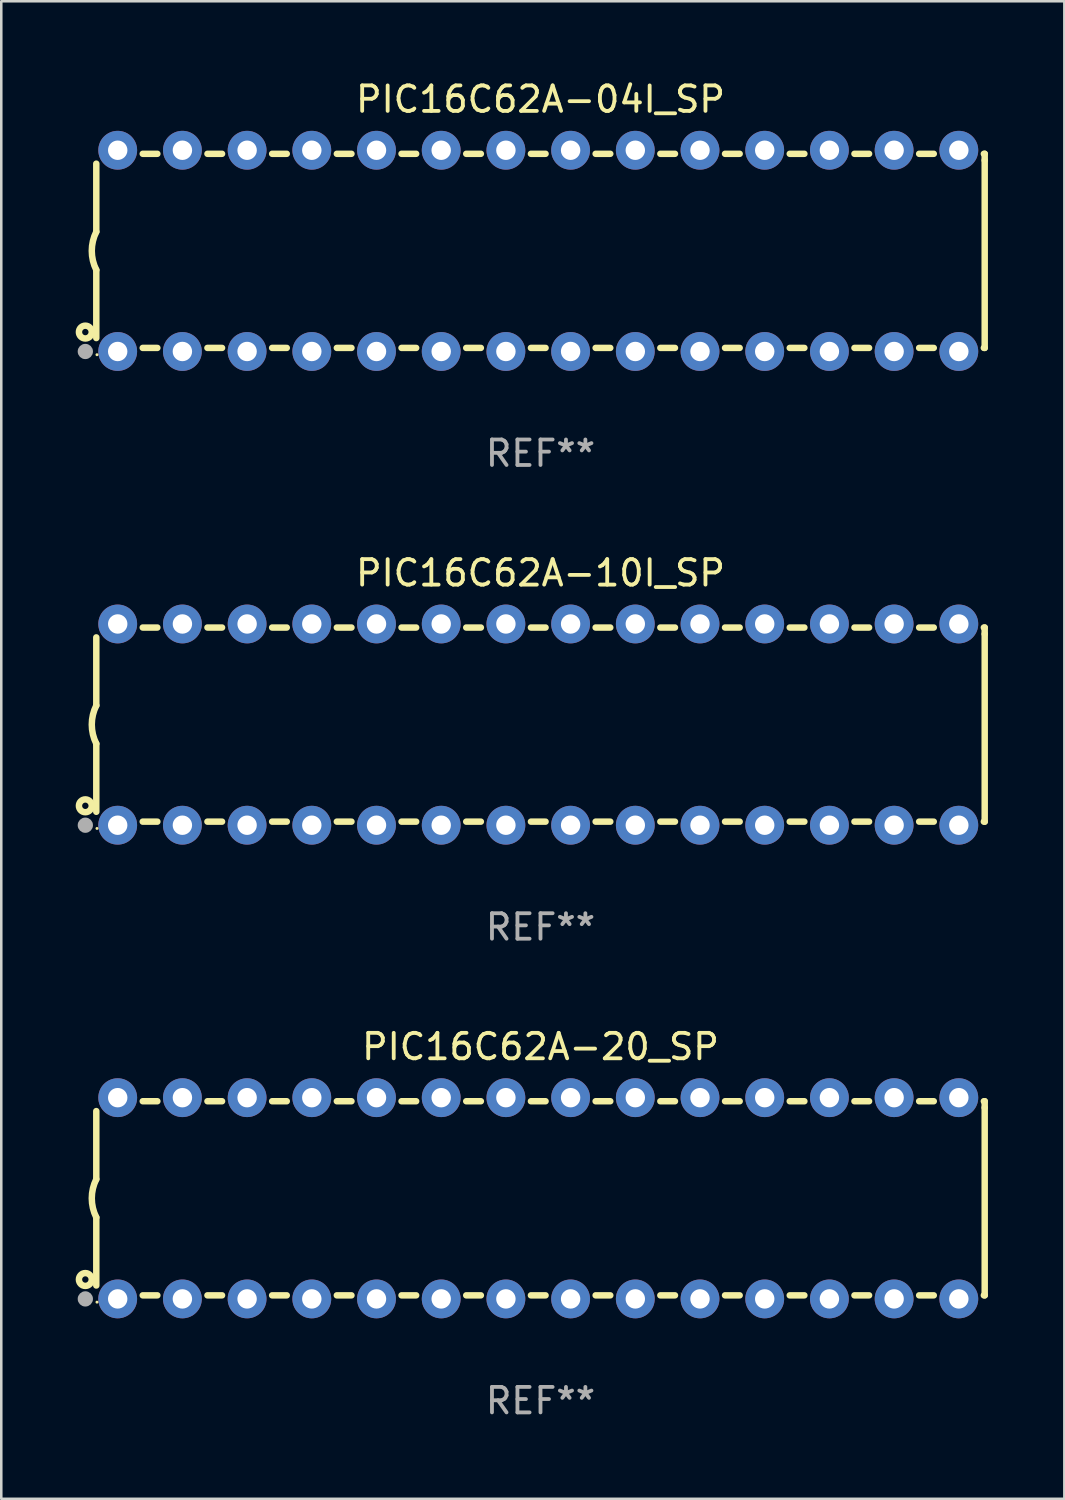
<source format=kicad_pcb>
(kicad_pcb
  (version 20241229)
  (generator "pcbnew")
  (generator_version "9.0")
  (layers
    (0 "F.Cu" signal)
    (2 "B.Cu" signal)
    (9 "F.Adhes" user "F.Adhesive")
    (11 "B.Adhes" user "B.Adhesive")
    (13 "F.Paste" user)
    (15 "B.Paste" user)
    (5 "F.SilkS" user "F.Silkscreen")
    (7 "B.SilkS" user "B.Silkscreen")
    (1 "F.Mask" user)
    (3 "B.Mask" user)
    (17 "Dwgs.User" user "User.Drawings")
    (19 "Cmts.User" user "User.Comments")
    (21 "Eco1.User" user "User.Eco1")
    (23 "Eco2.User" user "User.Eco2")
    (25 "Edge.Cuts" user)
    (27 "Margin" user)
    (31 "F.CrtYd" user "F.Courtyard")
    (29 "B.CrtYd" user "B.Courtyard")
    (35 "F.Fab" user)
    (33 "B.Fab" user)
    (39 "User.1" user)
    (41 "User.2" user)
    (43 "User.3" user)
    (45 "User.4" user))
  (footprint "PIC16C62A-10I_SP"
    (layer "F.Cu")
    (at 18.168 25.395)
    (property "Reference" "PIC16C62A-10I_SP" (at 0 -5.95 0) (layer "F.SilkS") (effects (font (size 1 1) (thickness 0.15))))
    (attr through_hole)
    (fp_line (start -17.438 0.75) (end -17.438 3.423) (stroke (width 0.254) (type solid)) (layer "F.SilkS"))
    (fp_line (start -17.438 -3.423) (end -17.438 -0.75) (stroke (width 0.254) (type solid)) (layer "F.SilkS"))
    (fp_line (start -15.615 3.81) (end -15.041 3.81) (stroke (width 0.254) (type solid)) (layer "F.SilkS"))
    (fp_line (start -15.041 -3.81) (end -15.614 -3.81) (stroke (width 0.254) (type solid)) (layer "F.SilkS"))
    (fp_line (start -13.075 3.81) (end -12.501 3.81) (stroke (width 0.254) (type solid)) (layer "F.SilkS"))
    (fp_line (start -12.501 -3.81) (end -13.074 -3.81) (stroke (width 0.254) (type solid)) (layer "F.SilkS"))
    (fp_line (start -10.535 3.81) (end -9.961 3.81) (stroke (width 0.254) (type solid)) (layer "F.SilkS"))
    (fp_line (start -9.961 -3.81) (end -10.534 -3.81) (stroke (width 0.254) (type solid)) (layer "F.SilkS"))
    (fp_line (start -7.995 3.81) (end -7.421 3.81) (stroke (width 0.254) (type solid)) (layer "F.SilkS"))
    (fp_line (start -7.421 -3.81) (end -7.995 -3.81) (stroke (width 0.254) (type solid)) (layer "F.SilkS"))
    (fp_line (start -5.455 3.81) (end -4.881 3.81) (stroke (width 0.254) (type solid)) (layer "F.SilkS"))
    (fp_line (start -4.881 -3.81) (end -5.455 -3.81) (stroke (width 0.254) (type solid)) (layer "F.SilkS"))
    (fp_line (start -2.915 3.81) (end -2.341 3.81) (stroke (width 0.254) (type solid)) (layer "F.SilkS"))
    (fp_line (start -2.341 -3.81) (end -2.915 -3.81) (stroke (width 0.254) (type solid)) (layer "F.SilkS"))
    (fp_line (start -0.375 3.81) (end 0.199 3.81) (stroke (width 0.254) (type solid)) (layer "F.SilkS"))
    (fp_line (start 0.199 -3.81) (end -0.375 -3.81) (stroke (width 0.254) (type solid)) (layer "F.SilkS"))
    (fp_line (start 2.165 3.81) (end 2.739 3.81) (stroke (width 0.254) (type solid)) (layer "F.SilkS"))
    (fp_line (start 2.739 -3.81) (end 2.165 -3.81) (stroke (width 0.254) (type solid)) (layer "F.SilkS"))
    (fp_line (start 4.705 3.81) (end 5.279 3.81) (stroke (width 0.254) (type solid)) (layer "F.SilkS"))
    (fp_line (start 5.279 -3.81) (end 4.705 -3.81) (stroke (width 0.254) (type solid)) (layer "F.SilkS"))
    (fp_line (start 7.245 3.81) (end 7.819 3.81) (stroke (width 0.254) (type solid)) (layer "F.SilkS"))
    (fp_line (start 7.819 -3.81) (end 7.245 -3.81) (stroke (width 0.254) (type solid)) (layer "F.SilkS"))
    (fp_line (start 9.785 3.81) (end 10.359 3.81) (stroke (width 0.254) (type solid)) (layer "F.SilkS"))
    (fp_line (start 10.359 -3.81) (end 9.785 -3.81) (stroke (width 0.254) (type solid)) (layer "F.SilkS"))
    (fp_line (start 12.325 3.81) (end 12.899 3.81) (stroke (width 0.254) (type solid)) (layer "F.SilkS"))
    (fp_line (start 12.899 -3.81) (end 12.325 -3.81) (stroke (width 0.254) (type solid)) (layer "F.SilkS"))
    (fp_line (start 14.865 3.81) (end 15.439 3.81) (stroke (width 0.254) (type solid)) (layer "F.SilkS"))
    (fp_line (start 15.439 -3.81) (end 14.865 -3.81) (stroke (width 0.254) (type solid)) (layer "F.SilkS"))
    (fp_line (start 17.405 3.81) (end 17.438 3.81) (stroke (width 0.254) (type solid)) (layer "F.SilkS"))
    (fp_line (start 17.438 -3.81) (end 17.405 -3.81) (stroke (width 0.254) (type solid)) (layer "F.SilkS"))
    (fp_line (start 17.438 -3.556) (end 17.438 -3.81) (stroke (width 0.254) (type solid)) (layer "F.SilkS"))
    (fp_line (start 17.438 3.81) (end 17.438 -3.556) (stroke (width 0.254) (type solid)) (layer "F.SilkS"))
    (fp_arc (start -17.437986 0.749657) (mid -17.614887 -0.000024) (end -17.437783 -0.749657) (stroke (width 0.254001) (type solid)) (layer "F.SilkS"))
    (fp_circle (center -17.868 3.188) (end -17.743 3.188) (stroke (width 0.254) (type solid)) (fill no) (layer "F.SilkS"))
    (fp_circle (center -17.411 4.077) (end -17.381 4.077) (stroke (width 0.06) (type solid)) (fill no) (layer "F.SilkS"))
    (fp_circle (center -17.868 3.95) (end -17.718 3.95) (stroke (width 0.3) (type solid)) (fill no) (layer "F.Fab"))
    (fp_text user "REF**" (at 0 7.95 0) (layer "F.Fab") (effects (font (size 1 1) (thickness 0.15))))
    (pad "1" thru_hole circle (at -16.598 3.95) (size 1.524 1.524) (drill 0.762) (layers "*.Cu" "*.Mask"))
    (pad "2" thru_hole circle (at -14.058 3.95) (size 1.524 1.524) (drill 0.762) (layers "*.Cu" "*.Mask"))
    (pad "3" thru_hole circle (at -11.518 3.95) (size 1.524 1.524) (drill 0.762) (layers "*.Cu" "*.Mask"))
    (pad "4" thru_hole circle (at -8.978 3.95) (size 1.524 1.524) (drill 0.762) (layers "*.Cu" "*.Mask"))
    (pad "5" thru_hole circle (at -6.438 3.95) (size 1.524 1.524) (drill 0.762) (layers "*.Cu" "*.Mask"))
    (pad "6" thru_hole circle (at -3.898 3.95) (size 1.524 1.524) (drill 0.762) (layers "*.Cu" "*.Mask"))
    (pad "7" thru_hole circle (at -1.358 3.95) (size 1.524 1.524) (drill 0.762) (layers "*.Cu" "*.Mask"))
    (pad "8" thru_hole circle (at 1.182 3.95) (size 1.524 1.524) (drill 0.762) (layers "*.Cu" "*.Mask"))
    (pad "9" thru_hole circle (at 3.722 3.95) (size 1.524 1.524) (drill 0.762) (layers "*.Cu" "*.Mask"))
    (pad "10" thru_hole circle (at 6.262 3.95) (size 1.524 1.524) (drill 0.762) (layers "*.Cu" "*.Mask"))
    (pad "11" thru_hole circle (at 8.802 3.95) (size 1.524 1.524) (drill 0.762) (layers "*.Cu" "*.Mask"))
    (pad "12" thru_hole circle (at 11.342 3.95) (size 1.524 1.524) (drill 0.762) (layers "*.Cu" "*.Mask"))
    (pad "13" thru_hole circle (at 13.882 3.95) (size 1.524 1.524) (drill 0.762) (layers "*.Cu" "*.Mask"))
    (pad "14" thru_hole circle (at 16.422 3.95) (size 1.524 1.524) (drill 0.762) (layers "*.Cu" "*.Mask"))
    (pad "15" thru_hole circle (at 16.422 -3.95) (size 1.524 1.524) (drill 0.762) (layers "*.Cu" "*.Mask"))
    (pad "16" thru_hole circle (at 13.882 -3.95) (size 1.524 1.524) (drill 0.762) (layers "*.Cu" "*.Mask"))
    (pad "17" thru_hole circle (at 11.342 -3.95) (size 1.524 1.524) (drill 0.762) (layers "*.Cu" "*.Mask"))
    (pad "18" thru_hole circle (at 8.802 -3.95) (size 1.524 1.524) (drill 0.762) (layers "*.Cu" "*.Mask"))
    (pad "19" thru_hole circle (at 6.262 -3.95) (size 1.524 1.524) (drill 0.762) (layers "*.Cu" "*.Mask"))
    (pad "20" thru_hole circle (at 3.722 -3.95) (size 1.524 1.524) (drill 0.762) (layers "*.Cu" "*.Mask"))
    (pad "21" thru_hole circle (at 1.182 -3.95) (size 1.524 1.524) (drill 0.762) (layers "*.Cu" "*.Mask"))
    (pad "22" thru_hole circle (at -1.358 -3.95) (size 1.524 1.524) (drill 0.762) (layers "*.Cu" "*.Mask"))
    (pad "23" thru_hole circle (at -3.898 -3.95) (size 1.524 1.524) (drill 0.762) (layers "*.Cu" "*.Mask"))
    (pad "24" thru_hole circle (at -6.438 -3.95) (size 1.524 1.524) (drill 0.762) (layers "*.Cu" "*.Mask"))
    (pad "25" thru_hole circle (at -8.978 -3.95) (size 1.524 1.524) (drill 0.762) (layers "*.Cu" "*.Mask"))
    (pad "26" thru_hole circle (at -11.517 -3.95) (size 1.524 1.524) (drill 0.762) (layers "*.Cu" "*.Mask"))
    (pad "27" thru_hole circle (at -14.057 -3.95) (size 1.524 1.524) (drill 0.762) (layers "*.Cu" "*.Mask"))
    (pad "28" thru_hole circle (at -16.597 -3.95) (size 1.524 1.524) (drill 0.762) (layers "*.Cu" "*.Mask")))
  (footprint "PIC16C62A-20_SP"
    (layer "F.Cu")
    (at 18.168 43.991)
    (property "Reference" "PIC16C62A-20_SP" (at 0 -5.95 0) (layer "F.SilkS") (effects (font (size 1 1) (thickness 0.15))))
    (attr through_hole)
    (fp_line (start -17.438 0.75) (end -17.438 3.423) (stroke (width 0.254) (type solid)) (layer "F.SilkS"))
    (fp_line (start -17.438 -3.423) (end -17.438 -0.75) (stroke (width 0.254) (type solid)) (layer "F.SilkS"))
    (fp_line (start -15.615 3.81) (end -15.041 3.81) (stroke (width 0.254) (type solid)) (layer "F.SilkS"))
    (fp_line (start -15.041 -3.81) (end -15.614 -3.81) (stroke (width 0.254) (type solid)) (layer "F.SilkS"))
    (fp_line (start -13.075 3.81) (end -12.501 3.81) (stroke (width 0.254) (type solid)) (layer "F.SilkS"))
    (fp_line (start -12.501 -3.81) (end -13.074 -3.81) (stroke (width 0.254) (type solid)) (layer "F.SilkS"))
    (fp_line (start -10.535 3.81) (end -9.961 3.81) (stroke (width 0.254) (type solid)) (layer "F.SilkS"))
    (fp_line (start -9.961 -3.81) (end -10.534 -3.81) (stroke (width 0.254) (type solid)) (layer "F.SilkS"))
    (fp_line (start -7.995 3.81) (end -7.421 3.81) (stroke (width 0.254) (type solid)) (layer "F.SilkS"))
    (fp_line (start -7.421 -3.81) (end -7.995 -3.81) (stroke (width 0.254) (type solid)) (layer "F.SilkS"))
    (fp_line (start -5.455 3.81) (end -4.881 3.81) (stroke (width 0.254) (type solid)) (layer "F.SilkS"))
    (fp_line (start -4.881 -3.81) (end -5.455 -3.81) (stroke (width 0.254) (type solid)) (layer "F.SilkS"))
    (fp_line (start -2.915 3.81) (end -2.341 3.81) (stroke (width 0.254) (type solid)) (layer "F.SilkS"))
    (fp_line (start -2.341 -3.81) (end -2.915 -3.81) (stroke (width 0.254) (type solid)) (layer "F.SilkS"))
    (fp_line (start -0.375 3.81) (end 0.199 3.81) (stroke (width 0.254) (type solid)) (layer "F.SilkS"))
    (fp_line (start 0.199 -3.81) (end -0.375 -3.81) (stroke (width 0.254) (type solid)) (layer "F.SilkS"))
    (fp_line (start 2.165 3.81) (end 2.739 3.81) (stroke (width 0.254) (type solid)) (layer "F.SilkS"))
    (fp_line (start 2.739 -3.81) (end 2.165 -3.81) (stroke (width 0.254) (type solid)) (layer "F.SilkS"))
    (fp_line (start 4.705 3.81) (end 5.279 3.81) (stroke (width 0.254) (type solid)) (layer "F.SilkS"))
    (fp_line (start 5.279 -3.81) (end 4.705 -3.81) (stroke (width 0.254) (type solid)) (layer "F.SilkS"))
    (fp_line (start 7.245 3.81) (end 7.819 3.81) (stroke (width 0.254) (type solid)) (layer "F.SilkS"))
    (fp_line (start 7.819 -3.81) (end 7.245 -3.81) (stroke (width 0.254) (type solid)) (layer "F.SilkS"))
    (fp_line (start 9.785 3.81) (end 10.359 3.81) (stroke (width 0.254) (type solid)) (layer "F.SilkS"))
    (fp_line (start 10.359 -3.81) (end 9.785 -3.81) (stroke (width 0.254) (type solid)) (layer "F.SilkS"))
    (fp_line (start 12.325 3.81) (end 12.899 3.81) (stroke (width 0.254) (type solid)) (layer "F.SilkS"))
    (fp_line (start 12.899 -3.81) (end 12.325 -3.81) (stroke (width 0.254) (type solid)) (layer "F.SilkS"))
    (fp_line (start 14.865 3.81) (end 15.439 3.81) (stroke (width 0.254) (type solid)) (layer "F.SilkS"))
    (fp_line (start 15.439 -3.81) (end 14.865 -3.81) (stroke (width 0.254) (type solid)) (layer "F.SilkS"))
    (fp_line (start 17.405 3.81) (end 17.438 3.81) (stroke (width 0.254) (type solid)) (layer "F.SilkS"))
    (fp_line (start 17.438 -3.81) (end 17.405 -3.81) (stroke (width 0.254) (type solid)) (layer "F.SilkS"))
    (fp_line (start 17.438 -3.556) (end 17.438 -3.81) (stroke (width 0.254) (type solid)) (layer "F.SilkS"))
    (fp_line (start 17.438 3.81) (end 17.438 -3.556) (stroke (width 0.254) (type solid)) (layer "F.SilkS"))
    (fp_arc (start -17.437986 0.749657) (mid -17.614887 -0.000024) (end -17.437783 -0.749657) (stroke (width 0.254001) (type solid)) (layer "F.SilkS"))
    (fp_circle (center -17.868 3.188) (end -17.743 3.188) (stroke (width 0.254) (type solid)) (fill no) (layer "F.SilkS"))
    (fp_circle (center -17.411 4.077) (end -17.381 4.077) (stroke (width 0.06) (type solid)) (fill no) (layer "F.SilkS"))
    (fp_circle (center -17.868 3.95) (end -17.718 3.95) (stroke (width 0.3) (type solid)) (fill no) (layer "F.Fab"))
    (fp_text user "REF**" (at 0 7.95 0) (layer "F.Fab") (effects (font (size 1 1) (thickness 0.15))))
    (pad "1" thru_hole circle (at -16.598 3.95) (size 1.524 1.524) (drill 0.762) (layers "*.Cu" "*.Mask"))
    (pad "2" thru_hole circle (at -14.058 3.95) (size 1.524 1.524) (drill 0.762) (layers "*.Cu" "*.Mask"))
    (pad "3" thru_hole circle (at -11.518 3.95) (size 1.524 1.524) (drill 0.762) (layers "*.Cu" "*.Mask"))
    (pad "4" thru_hole circle (at -8.978 3.95) (size 1.524 1.524) (drill 0.762) (layers "*.Cu" "*.Mask"))
    (pad "5" thru_hole circle (at -6.438 3.95) (size 1.524 1.524) (drill 0.762) (layers "*.Cu" "*.Mask"))
    (pad "6" thru_hole circle (at -3.898 3.95) (size 1.524 1.524) (drill 0.762) (layers "*.Cu" "*.Mask"))
    (pad "7" thru_hole circle (at -1.358 3.95) (size 1.524 1.524) (drill 0.762) (layers "*.Cu" "*.Mask"))
    (pad "8" thru_hole circle (at 1.182 3.95) (size 1.524 1.524) (drill 0.762) (layers "*.Cu" "*.Mask"))
    (pad "9" thru_hole circle (at 3.722 3.95) (size 1.524 1.524) (drill 0.762) (layers "*.Cu" "*.Mask"))
    (pad "10" thru_hole circle (at 6.262 3.95) (size 1.524 1.524) (drill 0.762) (layers "*.Cu" "*.Mask"))
    (pad "11" thru_hole circle (at 8.802 3.95) (size 1.524 1.524) (drill 0.762) (layers "*.Cu" "*.Mask"))
    (pad "12" thru_hole circle (at 11.342 3.95) (size 1.524 1.524) (drill 0.762) (layers "*.Cu" "*.Mask"))
    (pad "13" thru_hole circle (at 13.882 3.95) (size 1.524 1.524) (drill 0.762) (layers "*.Cu" "*.Mask"))
    (pad "14" thru_hole circle (at 16.422 3.95) (size 1.524 1.524) (drill 0.762) (layers "*.Cu" "*.Mask"))
    (pad "15" thru_hole circle (at 16.422 -3.95) (size 1.524 1.524) (drill 0.762) (layers "*.Cu" "*.Mask"))
    (pad "16" thru_hole circle (at 13.882 -3.95) (size 1.524 1.524) (drill 0.762) (layers "*.Cu" "*.Mask"))
    (pad "17" thru_hole circle (at 11.342 -3.95) (size 1.524 1.524) (drill 0.762) (layers "*.Cu" "*.Mask"))
    (pad "18" thru_hole circle (at 8.802 -3.95) (size 1.524 1.524) (drill 0.762) (layers "*.Cu" "*.Mask"))
    (pad "19" thru_hole circle (at 6.262 -3.95) (size 1.524 1.524) (drill 0.762) (layers "*.Cu" "*.Mask"))
    (pad "20" thru_hole circle (at 3.722 -3.95) (size 1.524 1.524) (drill 0.762) (layers "*.Cu" "*.Mask"))
    (pad "21" thru_hole circle (at 1.182 -3.95) (size 1.524 1.524) (drill 0.762) (layers "*.Cu" "*.Mask"))
    (pad "22" thru_hole circle (at -1.358 -3.95) (size 1.524 1.524) (drill 0.762) (layers "*.Cu" "*.Mask"))
    (pad "23" thru_hole circle (at -3.898 -3.95) (size 1.524 1.524) (drill 0.762) (layers "*.Cu" "*.Mask"))
    (pad "24" thru_hole circle (at -6.438 -3.95) (size 1.524 1.524) (drill 0.762) (layers "*.Cu" "*.Mask"))
    (pad "25" thru_hole circle (at -8.978 -3.95) (size 1.524 1.524) (drill 0.762) (layers "*.Cu" "*.Mask"))
    (pad "26" thru_hole circle (at -11.517 -3.95) (size 1.524 1.524) (drill 0.762) (layers "*.Cu" "*.Mask"))
    (pad "27" thru_hole circle (at -14.057 -3.95) (size 1.524 1.524) (drill 0.762) (layers "*.Cu" "*.Mask"))
    (pad "28" thru_hole circle (at -16.597 -3.95) (size 1.524 1.524) (drill 0.762) (layers "*.Cu" "*.Mask")))
  (footprint "PIC16C62A-04I_SP"
    (layer "F.Cu")
    (at 18.168 6.798)
    (property "Reference" "PIC16C62A-04I_SP" (at 0 -5.95 0) (layer "F.SilkS") (effects (font (size 1 1) (thickness 0.15))))
    (attr through_hole)
    (fp_line (start -17.438 0.75) (end -17.438 3.423) (stroke (width 0.254) (type solid)) (layer "F.SilkS"))
    (fp_line (start -17.438 -3.423) (end -17.438 -0.75) (stroke (width 0.254) (type solid)) (layer "F.SilkS"))
    (fp_line (start -15.615 3.81) (end -15.041 3.81) (stroke (width 0.254) (type solid)) (layer "F.SilkS"))
    (fp_line (start -15.041 -3.81) (end -15.614 -3.81) (stroke (width 0.254) (type solid)) (layer "F.SilkS"))
    (fp_line (start -13.075 3.81) (end -12.501 3.81) (stroke (width 0.254) (type solid)) (layer "F.SilkS"))
    (fp_line (start -12.501 -3.81) (end -13.074 -3.81) (stroke (width 0.254) (type solid)) (layer "F.SilkS"))
    (fp_line (start -10.535 3.81) (end -9.961 3.81) (stroke (width 0.254) (type solid)) (layer "F.SilkS"))
    (fp_line (start -9.961 -3.81) (end -10.534 -3.81) (stroke (width 0.254) (type solid)) (layer "F.SilkS"))
    (fp_line (start -7.995 3.81) (end -7.421 3.81) (stroke (width 0.254) (type solid)) (layer "F.SilkS"))
    (fp_line (start -7.421 -3.81) (end -7.995 -3.81) (stroke (width 0.254) (type solid)) (layer "F.SilkS"))
    (fp_line (start -5.455 3.81) (end -4.881 3.81) (stroke (width 0.254) (type solid)) (layer "F.SilkS"))
    (fp_line (start -4.881 -3.81) (end -5.455 -3.81) (stroke (width 0.254) (type solid)) (layer "F.SilkS"))
    (fp_line (start -2.915 3.81) (end -2.341 3.81) (stroke (width 0.254) (type solid)) (layer "F.SilkS"))
    (fp_line (start -2.341 -3.81) (end -2.915 -3.81) (stroke (width 0.254) (type solid)) (layer "F.SilkS"))
    (fp_line (start -0.375 3.81) (end 0.199 3.81) (stroke (width 0.254) (type solid)) (layer "F.SilkS"))
    (fp_line (start 0.199 -3.81) (end -0.375 -3.81) (stroke (width 0.254) (type solid)) (layer "F.SilkS"))
    (fp_line (start 2.165 3.81) (end 2.739 3.81) (stroke (width 0.254) (type solid)) (layer "F.SilkS"))
    (fp_line (start 2.739 -3.81) (end 2.165 -3.81) (stroke (width 0.254) (type solid)) (layer "F.SilkS"))
    (fp_line (start 4.705 3.81) (end 5.279 3.81) (stroke (width 0.254) (type solid)) (layer "F.SilkS"))
    (fp_line (start 5.279 -3.81) (end 4.705 -3.81) (stroke (width 0.254) (type solid)) (layer "F.SilkS"))
    (fp_line (start 7.245 3.81) (end 7.819 3.81) (stroke (width 0.254) (type solid)) (layer "F.SilkS"))
    (fp_line (start 7.819 -3.81) (end 7.245 -3.81) (stroke (width 0.254) (type solid)) (layer "F.SilkS"))
    (fp_line (start 9.785 3.81) (end 10.359 3.81) (stroke (width 0.254) (type solid)) (layer "F.SilkS"))
    (fp_line (start 10.359 -3.81) (end 9.785 -3.81) (stroke (width 0.254) (type solid)) (layer "F.SilkS"))
    (fp_line (start 12.325 3.81) (end 12.899 3.81) (stroke (width 0.254) (type solid)) (layer "F.SilkS"))
    (fp_line (start 12.899 -3.81) (end 12.325 -3.81) (stroke (width 0.254) (type solid)) (layer "F.SilkS"))
    (fp_line (start 14.865 3.81) (end 15.439 3.81) (stroke (width 0.254) (type solid)) (layer "F.SilkS"))
    (fp_line (start 15.439 -3.81) (end 14.865 -3.81) (stroke (width 0.254) (type solid)) (layer "F.SilkS"))
    (fp_line (start 17.405 3.81) (end 17.438 3.81) (stroke (width 0.254) (type solid)) (layer "F.SilkS"))
    (fp_line (start 17.438 -3.81) (end 17.405 -3.81) (stroke (width 0.254) (type solid)) (layer "F.SilkS"))
    (fp_line (start 17.438 -3.556) (end 17.438 -3.81) (stroke (width 0.254) (type solid)) (layer "F.SilkS"))
    (fp_line (start 17.438 3.81) (end 17.438 -3.556) (stroke (width 0.254) (type solid)) (layer "F.SilkS"))
    (fp_arc (start -17.437986 0.749657) (mid -17.614887 -0.000024) (end -17.437783 -0.749657) (stroke (width 0.254001) (type solid)) (layer "F.SilkS"))
    (fp_circle (center -17.868 3.188) (end -17.743 3.188) (stroke (width 0.254) (type solid)) (fill no) (layer "F.SilkS"))
    (fp_circle (center -17.411 4.077) (end -17.381 4.077) (stroke (width 0.06) (type solid)) (fill no) (layer "F.SilkS"))
    (fp_circle (center -17.868 3.95) (end -17.718 3.95) (stroke (width 0.3) (type solid)) (fill no) (layer "F.Fab"))
    (fp_text user "REF**" (at 0 7.95 0) (layer "F.Fab") (effects (font (size 1 1) (thickness 0.15))))
    (pad "1" thru_hole circle (at -16.598 3.95) (size 1.524 1.524) (drill 0.762) (layers "*.Cu" "*.Mask"))
    (pad "2" thru_hole circle (at -14.058 3.95) (size 1.524 1.524) (drill 0.762) (layers "*.Cu" "*.Mask"))
    (pad "3" thru_hole circle (at -11.518 3.95) (size 1.524 1.524) (drill 0.762) (layers "*.Cu" "*.Mask"))
    (pad "4" thru_hole circle (at -8.978 3.95) (size 1.524 1.524) (drill 0.762) (layers "*.Cu" "*.Mask"))
    (pad "5" thru_hole circle (at -6.438 3.95) (size 1.524 1.524) (drill 0.762) (layers "*.Cu" "*.Mask"))
    (pad "6" thru_hole circle (at -3.898 3.95) (size 1.524 1.524) (drill 0.762) (layers "*.Cu" "*.Mask"))
    (pad "7" thru_hole circle (at -1.358 3.95) (size 1.524 1.524) (drill 0.762) (layers "*.Cu" "*.Mask"))
    (pad "8" thru_hole circle (at 1.182 3.95) (size 1.524 1.524) (drill 0.762) (layers "*.Cu" "*.Mask"))
    (pad "9" thru_hole circle (at 3.722 3.95) (size 1.524 1.524) (drill 0.762) (layers "*.Cu" "*.Mask"))
    (pad "10" thru_hole circle (at 6.262 3.95) (size 1.524 1.524) (drill 0.762) (layers "*.Cu" "*.Mask"))
    (pad "11" thru_hole circle (at 8.802 3.95) (size 1.524 1.524) (drill 0.762) (layers "*.Cu" "*.Mask"))
    (pad "12" thru_hole circle (at 11.342 3.95) (size 1.524 1.524) (drill 0.762) (layers "*.Cu" "*.Mask"))
    (pad "13" thru_hole circle (at 13.882 3.95) (size 1.524 1.524) (drill 0.762) (layers "*.Cu" "*.Mask"))
    (pad "14" thru_hole circle (at 16.422 3.95) (size 1.524 1.524) (drill 0.762) (layers "*.Cu" "*.Mask"))
    (pad "15" thru_hole circle (at 16.422 -3.95) (size 1.524 1.524) (drill 0.762) (layers "*.Cu" "*.Mask"))
    (pad "16" thru_hole circle (at 13.882 -3.95) (size 1.524 1.524) (drill 0.762) (layers "*.Cu" "*.Mask"))
    (pad "17" thru_hole circle (at 11.342 -3.95) (size 1.524 1.524) (drill 0.762) (layers "*.Cu" "*.Mask"))
    (pad "18" thru_hole circle (at 8.802 -3.95) (size 1.524 1.524) (drill 0.762) (layers "*.Cu" "*.Mask"))
    (pad "19" thru_hole circle (at 6.262 -3.95) (size 1.524 1.524) (drill 0.762) (layers "*.Cu" "*.Mask"))
    (pad "20" thru_hole circle (at 3.722 -3.95) (size 1.524 1.524) (drill 0.762) (layers "*.Cu" "*.Mask"))
    (pad "21" thru_hole circle (at 1.182 -3.95) (size 1.524 1.524) (drill 0.762) (layers "*.Cu" "*.Mask"))
    (pad "22" thru_hole circle (at -1.358 -3.95) (size 1.524 1.524) (drill 0.762) (layers "*.Cu" "*.Mask"))
    (pad "23" thru_hole circle (at -3.898 -3.95) (size 1.524 1.524) (drill 0.762) (layers "*.Cu" "*.Mask"))
    (pad "24" thru_hole circle (at -6.438 -3.95) (size 1.524 1.524) (drill 0.762) (layers "*.Cu" "*.Mask"))
    (pad "25" thru_hole circle (at -8.978 -3.95) (size 1.524 1.524) (drill 0.762) (layers "*.Cu" "*.Mask"))
    (pad "26" thru_hole circle (at -11.517 -3.95) (size 1.524 1.524) (drill 0.762) (layers "*.Cu" "*.Mask"))
    (pad "27" thru_hole circle (at -14.057 -3.95) (size 1.524 1.524) (drill 0.762) (layers "*.Cu" "*.Mask"))
    (pad "28" thru_hole circle (at -16.597 -3.95) (size 1.524 1.524) (drill 0.762) (layers "*.Cu" "*.Mask")))
  (gr_rect
    (start -3 -3)
    (end 38.733 55.789)
    (stroke (width 0.1) (type default))
    (fill no)
    (layer "Edge.Cuts")))
</source>
